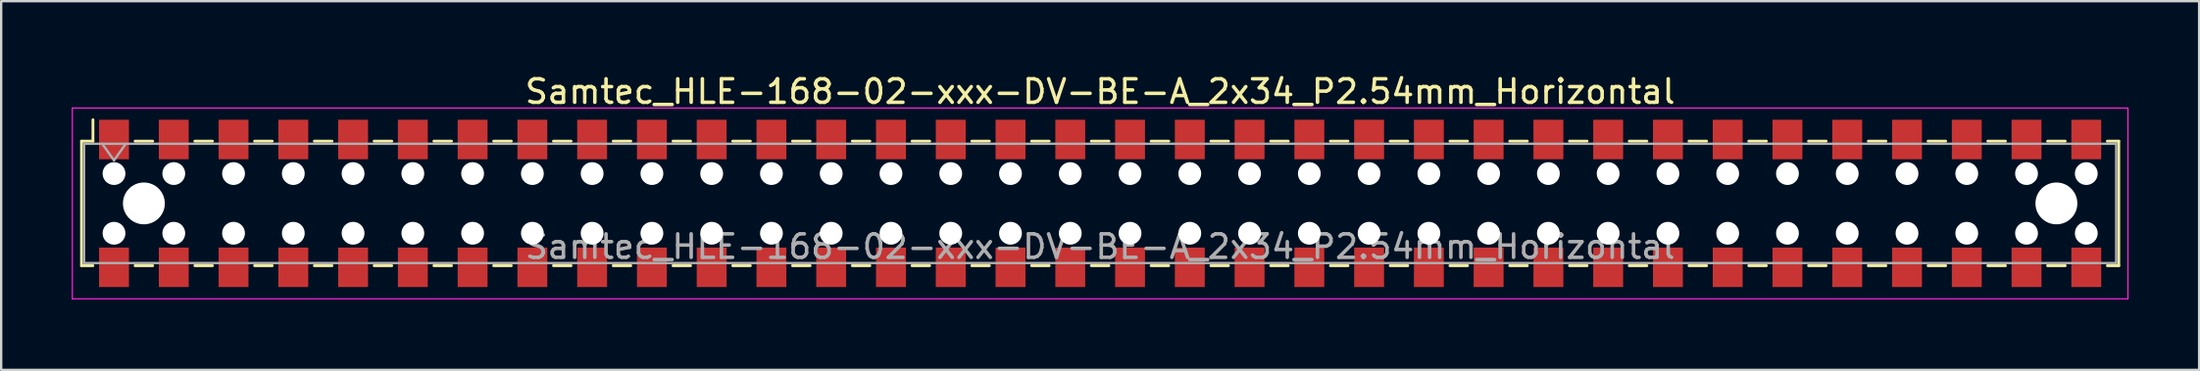
<source format=kicad_pcb>
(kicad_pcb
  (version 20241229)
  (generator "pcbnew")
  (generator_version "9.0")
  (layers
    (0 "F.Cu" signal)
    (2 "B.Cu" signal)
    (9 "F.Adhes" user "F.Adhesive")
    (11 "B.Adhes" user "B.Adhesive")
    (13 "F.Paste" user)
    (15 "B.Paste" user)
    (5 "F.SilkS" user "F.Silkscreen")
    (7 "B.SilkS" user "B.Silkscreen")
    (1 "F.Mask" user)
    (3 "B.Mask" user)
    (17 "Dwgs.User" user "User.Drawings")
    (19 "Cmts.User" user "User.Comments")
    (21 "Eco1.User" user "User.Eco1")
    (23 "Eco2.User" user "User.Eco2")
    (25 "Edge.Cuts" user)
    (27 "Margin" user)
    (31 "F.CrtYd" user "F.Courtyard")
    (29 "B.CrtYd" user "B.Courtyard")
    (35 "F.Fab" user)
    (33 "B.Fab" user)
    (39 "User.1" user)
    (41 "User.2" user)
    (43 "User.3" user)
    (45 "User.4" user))
  (footprint "Samtec_HLE-168-02-xxx-DV-BE-A_2x34_P2.54mm_Horizontal"
    (layer "F.Cu")
    (at 43.705 5.608)
    (property "Reference" "Samtec_HLE-168-02-xxx-DV-BE-A_2x34_P2.54mm_Horizontal" (at 0 -4.76 0) (layer "F.SilkS") (effects (font (size 1 1) (thickness 0.15))))
    (attr smd)
    (fp_line (start -43.29 -2.65) (end -43.29 2.65) (stroke (width 0.12) (type solid)) (layer "F.SilkS"))
    (fp_line (start -43.29 2.65) (end -42.805 2.65) (stroke (width 0.12) (type solid)) (layer "F.SilkS"))
    (fp_line (start -42.805 -3.56) (end -42.805 -2.65) (stroke (width 0.12) (type solid)) (layer "F.SilkS"))
    (fp_line (start -42.805 -2.65) (end -43.29 -2.65) (stroke (width 0.12) (type solid)) (layer "F.SilkS"))
    (fp_line (start -41.015 -2.65) (end -40.265 -2.65) (stroke (width 0.12) (type solid)) (layer "F.SilkS"))
    (fp_line (start -41.015 2.65) (end -40.265 2.65) (stroke (width 0.12) (type solid)) (layer "F.SilkS"))
    (fp_line (start -38.475 -2.65) (end -37.725 -2.65) (stroke (width 0.12) (type solid)) (layer "F.SilkS"))
    (fp_line (start -38.475 2.65) (end -37.725 2.65) (stroke (width 0.12) (type solid)) (layer "F.SilkS"))
    (fp_line (start -35.935 -2.65) (end -35.185 -2.65) (stroke (width 0.12) (type solid)) (layer "F.SilkS"))
    (fp_line (start -35.935 2.65) (end -35.185 2.65) (stroke (width 0.12) (type solid)) (layer "F.SilkS"))
    (fp_line (start -33.395 -2.65) (end -32.645 -2.65) (stroke (width 0.12) (type solid)) (layer "F.SilkS"))
    (fp_line (start -33.395 2.65) (end -32.645 2.65) (stroke (width 0.12) (type solid)) (layer "F.SilkS"))
    (fp_line (start -30.855 -2.65) (end -30.105 -2.65) (stroke (width 0.12) (type solid)) (layer "F.SilkS"))
    (fp_line (start -30.855 2.65) (end -30.105 2.65) (stroke (width 0.12) (type solid)) (layer "F.SilkS"))
    (fp_line (start -28.315 -2.65) (end -27.565 -2.65) (stroke (width 0.12) (type solid)) (layer "F.SilkS"))
    (fp_line (start -28.315 2.65) (end -27.565 2.65) (stroke (width 0.12) (type solid)) (layer "F.SilkS"))
    (fp_line (start -25.775 -2.65) (end -25.025 -2.65) (stroke (width 0.12) (type solid)) (layer "F.SilkS"))
    (fp_line (start -25.775 2.65) (end -25.025 2.65) (stroke (width 0.12) (type solid)) (layer "F.SilkS"))
    (fp_line (start -23.235 -2.65) (end -22.485 -2.65) (stroke (width 0.12) (type solid)) (layer "F.SilkS"))
    (fp_line (start -23.235 2.65) (end -22.485 2.65) (stroke (width 0.12) (type solid)) (layer "F.SilkS"))
    (fp_line (start -20.695 -2.65) (end -19.945 -2.65) (stroke (width 0.12) (type solid)) (layer "F.SilkS"))
    (fp_line (start -20.695 2.65) (end -19.945 2.65) (stroke (width 0.12) (type solid)) (layer "F.SilkS"))
    (fp_line (start -18.155 -2.65) (end -17.405 -2.65) (stroke (width 0.12) (type solid)) (layer "F.SilkS"))
    (fp_line (start -18.155 2.65) (end -17.405 2.65) (stroke (width 0.12) (type solid)) (layer "F.SilkS"))
    (fp_line (start -15.615 -2.65) (end -14.865 -2.65) (stroke (width 0.12) (type solid)) (layer "F.SilkS"))
    (fp_line (start -15.615 2.65) (end -14.865 2.65) (stroke (width 0.12) (type solid)) (layer "F.SilkS"))
    (fp_line (start -13.075 -2.65) (end -12.325 -2.65) (stroke (width 0.12) (type solid)) (layer "F.SilkS"))
    (fp_line (start -13.075 2.65) (end -12.325 2.65) (stroke (width 0.12) (type solid)) (layer "F.SilkS"))
    (fp_line (start -10.535 -2.65) (end -9.785 -2.65) (stroke (width 0.12) (type solid)) (layer "F.SilkS"))
    (fp_line (start -10.535 2.65) (end -9.785 2.65) (stroke (width 0.12) (type solid)) (layer "F.SilkS"))
    (fp_line (start -7.995 -2.65) (end -7.245 -2.65) (stroke (width 0.12) (type solid)) (layer "F.SilkS"))
    (fp_line (start -7.995 2.65) (end -7.245 2.65) (stroke (width 0.12) (type solid)) (layer "F.SilkS"))
    (fp_line (start -5.455 -2.65) (end -4.705 -2.65) (stroke (width 0.12) (type solid)) (layer "F.SilkS"))
    (fp_line (start -5.455 2.65) (end -4.705 2.65) (stroke (width 0.12) (type solid)) (layer "F.SilkS"))
    (fp_line (start -2.915 -2.65) (end -2.165 -2.65) (stroke (width 0.12) (type solid)) (layer "F.SilkS"))
    (fp_line (start -2.915 2.65) (end -2.165 2.65) (stroke (width 0.12) (type solid)) (layer "F.SilkS"))
    (fp_line (start -0.375 -2.65) (end 0.375 -2.65) (stroke (width 0.12) (type solid)) (layer "F.SilkS"))
    (fp_line (start -0.375 2.65) (end 0.375 2.65) (stroke (width 0.12) (type solid)) (layer "F.SilkS"))
    (fp_line (start 2.165 -2.65) (end 2.915 -2.65) (stroke (width 0.12) (type solid)) (layer "F.SilkS"))
    (fp_line (start 2.165 2.65) (end 2.915 2.65) (stroke (width 0.12) (type solid)) (layer "F.SilkS"))
    (fp_line (start 4.705 -2.65) (end 5.455 -2.65) (stroke (width 0.12) (type solid)) (layer "F.SilkS"))
    (fp_line (start 4.705 2.65) (end 5.455 2.65) (stroke (width 0.12) (type solid)) (layer "F.SilkS"))
    (fp_line (start 7.245 -2.65) (end 7.995 -2.65) (stroke (width 0.12) (type solid)) (layer "F.SilkS"))
    (fp_line (start 7.245 2.65) (end 7.995 2.65) (stroke (width 0.12) (type solid)) (layer "F.SilkS"))
    (fp_line (start 9.785 -2.65) (end 10.535 -2.65) (stroke (width 0.12) (type solid)) (layer "F.SilkS"))
    (fp_line (start 9.785 2.65) (end 10.535 2.65) (stroke (width 0.12) (type solid)) (layer "F.SilkS"))
    (fp_line (start 12.325 -2.65) (end 13.075 -2.65) (stroke (width 0.12) (type solid)) (layer "F.SilkS"))
    (fp_line (start 12.325 2.65) (end 13.075 2.65) (stroke (width 0.12) (type solid)) (layer "F.SilkS"))
    (fp_line (start 14.865 -2.65) (end 15.615 -2.65) (stroke (width 0.12) (type solid)) (layer "F.SilkS"))
    (fp_line (start 14.865 2.65) (end 15.615 2.65) (stroke (width 0.12) (type solid)) (layer "F.SilkS"))
    (fp_line (start 17.405 -2.65) (end 18.155 -2.65) (stroke (width 0.12) (type solid)) (layer "F.SilkS"))
    (fp_line (start 17.405 2.65) (end 18.155 2.65) (stroke (width 0.12) (type solid)) (layer "F.SilkS"))
    (fp_line (start 19.945 -2.65) (end 20.695 -2.65) (stroke (width 0.12) (type solid)) (layer "F.SilkS"))
    (fp_line (start 19.945 2.65) (end 20.695 2.65) (stroke (width 0.12) (type solid)) (layer "F.SilkS"))
    (fp_line (start 22.485 -2.65) (end 23.235 -2.65) (stroke (width 0.12) (type solid)) (layer "F.SilkS"))
    (fp_line (start 22.485 2.65) (end 23.235 2.65) (stroke (width 0.12) (type solid)) (layer "F.SilkS"))
    (fp_line (start 25.025 -2.65) (end 25.775 -2.65) (stroke (width 0.12) (type solid)) (layer "F.SilkS"))
    (fp_line (start 25.025 2.65) (end 25.775 2.65) (stroke (width 0.12) (type solid)) (layer "F.SilkS"))
    (fp_line (start 27.565 -2.65) (end 28.315 -2.65) (stroke (width 0.12) (type solid)) (layer "F.SilkS"))
    (fp_line (start 27.565 2.65) (end 28.315 2.65) (stroke (width 0.12) (type solid)) (layer "F.SilkS"))
    (fp_line (start 30.105 -2.65) (end 30.855 -2.65) (stroke (width 0.12) (type solid)) (layer "F.SilkS"))
    (fp_line (start 30.105 2.65) (end 30.855 2.65) (stroke (width 0.12) (type solid)) (layer "F.SilkS"))
    (fp_line (start 32.645 -2.65) (end 33.395 -2.65) (stroke (width 0.12) (type solid)) (layer "F.SilkS"))
    (fp_line (start 32.645 2.65) (end 33.395 2.65) (stroke (width 0.12) (type solid)) (layer "F.SilkS"))
    (fp_line (start 35.185 -2.65) (end 35.935 -2.65) (stroke (width 0.12) (type solid)) (layer "F.SilkS"))
    (fp_line (start 35.185 2.65) (end 35.935 2.65) (stroke (width 0.12) (type solid)) (layer "F.SilkS"))
    (fp_line (start 37.725 -2.65) (end 38.475 -2.65) (stroke (width 0.12) (type solid)) (layer "F.SilkS"))
    (fp_line (start 37.725 2.65) (end 38.475 2.65) (stroke (width 0.12) (type solid)) (layer "F.SilkS"))
    (fp_line (start 40.265 -2.65) (end 41.015 -2.65) (stroke (width 0.12) (type solid)) (layer "F.SilkS"))
    (fp_line (start 40.265 2.65) (end 41.015 2.65) (stroke (width 0.12) (type solid)) (layer "F.SilkS"))
    (fp_line (start 42.805 -2.65) (end 43.29 -2.65) (stroke (width 0.12) (type solid)) (layer "F.SilkS"))
    (fp_line (start 43.29 -2.65) (end 43.29 2.65) (stroke (width 0.12) (type solid)) (layer "F.SilkS"))
    (fp_line (start 43.29 2.65) (end 42.805 2.65) (stroke (width 0.12) (type solid)) (layer "F.SilkS"))
    (fp_line (start -43.68 -4.06) (end 43.68 -4.06) (stroke (width 0.05) (type solid)) (layer "F.CrtYd"))
    (fp_line (start -43.68 4.06) (end -43.68 -4.06) (stroke (width 0.05) (type solid)) (layer "F.CrtYd"))
    (fp_line (start 43.68 -4.06) (end 43.68 4.06) (stroke (width 0.05) (type solid)) (layer "F.CrtYd"))
    (fp_line (start 43.68 4.06) (end -43.68 4.06) (stroke (width 0.05) (type solid)) (layer "F.CrtYd"))
    (fp_line (start -43.18 -2.54) (end 43.18 -2.54) (stroke (width 0.1) (type solid)) (layer "F.Fab"))
    (fp_line (start -43.18 2.54) (end -43.18 -2.54) (stroke (width 0.1) (type solid)) (layer "F.Fab"))
    (fp_line (start -42.41 -2.54) (end -41.91 -1.833) (stroke (width 0.1) (type solid)) (layer "F.Fab"))
    (fp_line (start -41.91 -1.833) (end -41.41 -2.54) (stroke (width 0.1) (type solid)) (layer "F.Fab"))
    (fp_line (start 43.18 -2.54) (end 43.18 2.54) (stroke (width 0.1) (type solid)) (layer "F.Fab"))
    (fp_line (start 43.18 2.54) (end -43.18 2.54) (stroke (width 0.1) (type solid)) (layer "F.Fab"))
    (fp_text user "${REFERENCE}" (at 0 1.84 0) (layer "F.Fab") (effects (font (size 1 1) (thickness 0.15))))
    (pad "" np_thru_hole circle (at -41.91 -1.27) (size 0.97 0.97) (drill 0.97) (layers "*.Cu" "*.Mask"))
    (pad "" np_thru_hole circle (at -41.91 1.27) (size 0.97 0.97) (drill 0.97) (layers "*.Cu" "*.Mask"))
    (pad "" np_thru_hole circle (at -40.64 0) (size 1.78 1.78) (drill 1.78) (layers "*.Cu" "*.Mask"))
    (pad "" np_thru_hole circle (at -39.37 -1.27) (size 0.97 0.97) (drill 0.97) (layers "*.Cu" "*.Mask"))
    (pad "" np_thru_hole circle (at -39.37 1.27) (size 0.97 0.97) (drill 0.97) (layers "*.Cu" "*.Mask"))
    (pad "" np_thru_hole circle (at -36.83 -1.27) (size 0.97 0.97) (drill 0.97) (layers "*.Cu" "*.Mask"))
    (pad "" np_thru_hole circle (at -36.83 1.27) (size 0.97 0.97) (drill 0.97) (layers "*.Cu" "*.Mask"))
    (pad "" np_thru_hole circle (at -34.29 -1.27) (size 0.97 0.97) (drill 0.97) (layers "*.Cu" "*.Mask"))
    (pad "" np_thru_hole circle (at -34.29 1.27) (size 0.97 0.97) (drill 0.97) (layers "*.Cu" "*.Mask"))
    (pad "" np_thru_hole circle (at -31.75 -1.27) (size 0.97 0.97) (drill 0.97) (layers "*.Cu" "*.Mask"))
    (pad "" np_thru_hole circle (at -31.75 1.27) (size 0.97 0.97) (drill 0.97) (layers "*.Cu" "*.Mask"))
    (pad "" np_thru_hole circle (at -29.21 -1.27) (size 0.97 0.97) (drill 0.97) (layers "*.Cu" "*.Mask"))
    (pad "" np_thru_hole circle (at -29.21 1.27) (size 0.97 0.97) (drill 0.97) (layers "*.Cu" "*.Mask"))
    (pad "" np_thru_hole circle (at -26.67 -1.27) (size 0.97 0.97) (drill 0.97) (layers "*.Cu" "*.Mask"))
    (pad "" np_thru_hole circle (at -26.67 1.27) (size 0.97 0.97) (drill 0.97) (layers "*.Cu" "*.Mask"))
    (pad "" np_thru_hole circle (at -24.13 -1.27) (size 0.97 0.97) (drill 0.97) (layers "*.Cu" "*.Mask"))
    (pad "" np_thru_hole circle (at -24.13 1.27) (size 0.97 0.97) (drill 0.97) (layers "*.Cu" "*.Mask"))
    (pad "" np_thru_hole circle (at -21.59 -1.27) (size 0.97 0.97) (drill 0.97) (layers "*.Cu" "*.Mask"))
    (pad "" np_thru_hole circle (at -21.59 1.27) (size 0.97 0.97) (drill 0.97) (layers "*.Cu" "*.Mask"))
    (pad "" np_thru_hole circle (at -19.05 -1.27) (size 0.97 0.97) (drill 0.97) (layers "*.Cu" "*.Mask"))
    (pad "" np_thru_hole circle (at -19.05 1.27) (size 0.97 0.97) (drill 0.97) (layers "*.Cu" "*.Mask"))
    (pad "" np_thru_hole circle (at -16.51 -1.27) (size 0.97 0.97) (drill 0.97) (layers "*.Cu" "*.Mask"))
    (pad "" np_thru_hole circle (at -16.51 1.27) (size 0.97 0.97) (drill 0.97) (layers "*.Cu" "*.Mask"))
    (pad "" np_thru_hole circle (at -13.97 -1.27) (size 0.97 0.97) (drill 0.97) (layers "*.Cu" "*.Mask"))
    (pad "" np_thru_hole circle (at -13.97 1.27) (size 0.97 0.97) (drill 0.97) (layers "*.Cu" "*.Mask"))
    (pad "" np_thru_hole circle (at -11.43 -1.27) (size 0.97 0.97) (drill 0.97) (layers "*.Cu" "*.Mask"))
    (pad "" np_thru_hole circle (at -11.43 1.27) (size 0.97 0.97) (drill 0.97) (layers "*.Cu" "*.Mask"))
    (pad "" np_thru_hole circle (at -8.89 -1.27) (size 0.97 0.97) (drill 0.97) (layers "*.Cu" "*.Mask"))
    (pad "" np_thru_hole circle (at -8.89 1.27) (size 0.97 0.97) (drill 0.97) (layers "*.Cu" "*.Mask"))
    (pad "" np_thru_hole circle (at -6.35 -1.27) (size 0.97 0.97) (drill 0.97) (layers "*.Cu" "*.Mask"))
    (pad "" np_thru_hole circle (at -6.35 1.27) (size 0.97 0.97) (drill 0.97) (layers "*.Cu" "*.Mask"))
    (pad "" np_thru_hole circle (at -3.81 -1.27) (size 0.97 0.97) (drill 0.97) (layers "*.Cu" "*.Mask"))
    (pad "" np_thru_hole circle (at -3.81 1.27) (size 0.97 0.97) (drill 0.97) (layers "*.Cu" "*.Mask"))
    (pad "" np_thru_hole circle (at -1.27 -1.27) (size 0.97 0.97) (drill 0.97) (layers "*.Cu" "*.Mask"))
    (pad "" np_thru_hole circle (at -1.27 1.27) (size 0.97 0.97) (drill 0.97) (layers "*.Cu" "*.Mask"))
    (pad "" np_thru_hole circle (at 1.27 -1.27) (size 0.97 0.97) (drill 0.97) (layers "*.Cu" "*.Mask"))
    (pad "" np_thru_hole circle (at 1.27 1.27) (size 0.97 0.97) (drill 0.97) (layers "*.Cu" "*.Mask"))
    (pad "" np_thru_hole circle (at 3.81 -1.27) (size 0.97 0.97) (drill 0.97) (layers "*.Cu" "*.Mask"))
    (pad "" np_thru_hole circle (at 3.81 1.27) (size 0.97 0.97) (drill 0.97) (layers "*.Cu" "*.Mask"))
    (pad "" np_thru_hole circle (at 6.35 -1.27) (size 0.97 0.97) (drill 0.97) (layers "*.Cu" "*.Mask"))
    (pad "" np_thru_hole circle (at 6.35 1.27) (size 0.97 0.97) (drill 0.97) (layers "*.Cu" "*.Mask"))
    (pad "" np_thru_hole circle (at 8.89 -1.27) (size 0.97 0.97) (drill 0.97) (layers "*.Cu" "*.Mask"))
    (pad "" np_thru_hole circle (at 8.89 1.27) (size 0.97 0.97) (drill 0.97) (layers "*.Cu" "*.Mask"))
    (pad "" np_thru_hole circle (at 11.43 -1.27) (size 0.97 0.97) (drill 0.97) (layers "*.Cu" "*.Mask"))
    (pad "" np_thru_hole circle (at 11.43 1.27) (size 0.97 0.97) (drill 0.97) (layers "*.Cu" "*.Mask"))
    (pad "" np_thru_hole circle (at 13.97 -1.27) (size 0.97 0.97) (drill 0.97) (layers "*.Cu" "*.Mask"))
    (pad "" np_thru_hole circle (at 13.97 1.27) (size 0.97 0.97) (drill 0.97) (layers "*.Cu" "*.Mask"))
    (pad "" np_thru_hole circle (at 16.51 -1.27) (size 0.97 0.97) (drill 0.97) (layers "*.Cu" "*.Mask"))
    (pad "" np_thru_hole circle (at 16.51 1.27) (size 0.97 0.97) (drill 0.97) (layers "*.Cu" "*.Mask"))
    (pad "" np_thru_hole circle (at 19.05 -1.27) (size 0.97 0.97) (drill 0.97) (layers "*.Cu" "*.Mask"))
    (pad "" np_thru_hole circle (at 19.05 1.27) (size 0.97 0.97) (drill 0.97) (layers "*.Cu" "*.Mask"))
    (pad "" np_thru_hole circle (at 21.59 -1.27) (size 0.97 0.97) (drill 0.97) (layers "*.Cu" "*.Mask"))
    (pad "" np_thru_hole circle (at 21.59 1.27) (size 0.97 0.97) (drill 0.97) (layers "*.Cu" "*.Mask"))
    (pad "" np_thru_hole circle (at 24.13 -1.27) (size 0.97 0.97) (drill 0.97) (layers "*.Cu" "*.Mask"))
    (pad "" np_thru_hole circle (at 24.13 1.27) (size 0.97 0.97) (drill 0.97) (layers "*.Cu" "*.Mask"))
    (pad "" np_thru_hole circle (at 26.67 -1.27) (size 0.97 0.97) (drill 0.97) (layers "*.Cu" "*.Mask"))
    (pad "" np_thru_hole circle (at 26.67 1.27) (size 0.97 0.97) (drill 0.97) (layers "*.Cu" "*.Mask"))
    (pad "" np_thru_hole circle (at 29.21 -1.27) (size 0.97 0.97) (drill 0.97) (layers "*.Cu" "*.Mask"))
    (pad "" np_thru_hole circle (at 29.21 1.27) (size 0.97 0.97) (drill 0.97) (layers "*.Cu" "*.Mask"))
    (pad "" np_thru_hole circle (at 31.75 -1.27) (size 0.97 0.97) (drill 0.97) (layers "*.Cu" "*.Mask"))
    (pad "" np_thru_hole circle (at 31.75 1.27) (size 0.97 0.97) (drill 0.97) (layers "*.Cu" "*.Mask"))
    (pad "" np_thru_hole circle (at 34.29 -1.27) (size 0.97 0.97) (drill 0.97) (layers "*.Cu" "*.Mask"))
    (pad "" np_thru_hole circle (at 34.29 1.27) (size 0.97 0.97) (drill 0.97) (layers "*.Cu" "*.Mask"))
    (pad "" np_thru_hole circle (at 36.83 -1.27) (size 0.97 0.97) (drill 0.97) (layers "*.Cu" "*.Mask"))
    (pad "" np_thru_hole circle (at 36.83 1.27) (size 0.97 0.97) (drill 0.97) (layers "*.Cu" "*.Mask"))
    (pad "" np_thru_hole circle (at 39.37 -1.27) (size 0.97 0.97) (drill 0.97) (layers "*.Cu" "*.Mask"))
    (pad "" np_thru_hole circle (at 39.37 1.27) (size 0.97 0.97) (drill 0.97) (layers "*.Cu" "*.Mask"))
    (pad "" np_thru_hole circle (at 40.64 0) (size 1.78 1.78) (drill 1.78) (layers "*.Cu" "*.Mask"))
    (pad "" np_thru_hole circle (at 41.91 -1.27) (size 0.97 0.97) (drill 0.97) (layers "*.Cu" "*.Mask"))
    (pad "" np_thru_hole circle (at 41.91 1.27) (size 0.97 0.97) (drill 0.97) (layers "*.Cu" "*.Mask"))
    (pad "1" smd rect (at -41.91 -2.72) (size 1.27 1.68) (layers "F.Cu" "F.Mask" "F.Paste"))
    (pad "2" smd rect (at -41.91 2.72) (size 1.27 1.68) (layers "F.Cu" "F.Mask" "F.Paste"))
    (pad "3" smd rect (at -39.37 -2.72) (size 1.27 1.68) (layers "F.Cu" "F.Mask" "F.Paste"))
    (pad "4" smd rect (at -39.37 2.72) (size 1.27 1.68) (layers "F.Cu" "F.Mask" "F.Paste"))
    (pad "5" smd rect (at -36.83 -2.72) (size 1.27 1.68) (layers "F.Cu" "F.Mask" "F.Paste"))
    (pad "6" smd rect (at -36.83 2.72) (size 1.27 1.68) (layers "F.Cu" "F.Mask" "F.Paste"))
    (pad "7" smd rect (at -34.29 -2.72) (size 1.27 1.68) (layers "F.Cu" "F.Mask" "F.Paste"))
    (pad "8" smd rect (at -34.29 2.72) (size 1.27 1.68) (layers "F.Cu" "F.Mask" "F.Paste"))
    (pad "9" smd rect (at -31.75 -2.72) (size 1.27 1.68) (layers "F.Cu" "F.Mask" "F.Paste"))
    (pad "10" smd rect (at -31.75 2.72) (size 1.27 1.68) (layers "F.Cu" "F.Mask" "F.Paste"))
    (pad "11" smd rect (at -29.21 -2.72) (size 1.27 1.68) (layers "F.Cu" "F.Mask" "F.Paste"))
    (pad "12" smd rect (at -29.21 2.72) (size 1.27 1.68) (layers "F.Cu" "F.Mask" "F.Paste"))
    (pad "13" smd rect (at -26.67 -2.72) (size 1.27 1.68) (layers "F.Cu" "F.Mask" "F.Paste"))
    (pad "14" smd rect (at -26.67 2.72) (size 1.27 1.68) (layers "F.Cu" "F.Mask" "F.Paste"))
    (pad "15" smd rect (at -24.13 -2.72) (size 1.27 1.68) (layers "F.Cu" "F.Mask" "F.Paste"))
    (pad "16" smd rect (at -24.13 2.72) (size 1.27 1.68) (layers "F.Cu" "F.Mask" "F.Paste"))
    (pad "17" smd rect (at -21.59 -2.72) (size 1.27 1.68) (layers "F.Cu" "F.Mask" "F.Paste"))
    (pad "18" smd rect (at -21.59 2.72) (size 1.27 1.68) (layers "F.Cu" "F.Mask" "F.Paste"))
    (pad "19" smd rect (at -19.05 -2.72) (size 1.27 1.68) (layers "F.Cu" "F.Mask" "F.Paste"))
    (pad "20" smd rect (at -19.05 2.72) (size 1.27 1.68) (layers "F.Cu" "F.Mask" "F.Paste"))
    (pad "21" smd rect (at -16.51 -2.72) (size 1.27 1.68) (layers "F.Cu" "F.Mask" "F.Paste"))
    (pad "22" smd rect (at -16.51 2.72) (size 1.27 1.68) (layers "F.Cu" "F.Mask" "F.Paste"))
    (pad "23" smd rect (at -13.97 -2.72) (size 1.27 1.68) (layers "F.Cu" "F.Mask" "F.Paste"))
    (pad "24" smd rect (at -13.97 2.72) (size 1.27 1.68) (layers "F.Cu" "F.Mask" "F.Paste"))
    (pad "25" smd rect (at -11.43 -2.72) (size 1.27 1.68) (layers "F.Cu" "F.Mask" "F.Paste"))
    (pad "26" smd rect (at -11.43 2.72) (size 1.27 1.68) (layers "F.Cu" "F.Mask" "F.Paste"))
    (pad "27" smd rect (at -8.89 -2.72) (size 1.27 1.68) (layers "F.Cu" "F.Mask" "F.Paste"))
    (pad "28" smd rect (at -8.89 2.72) (size 1.27 1.68) (layers "F.Cu" "F.Mask" "F.Paste"))
    (pad "29" smd rect (at -6.35 -2.72) (size 1.27 1.68) (layers "F.Cu" "F.Mask" "F.Paste"))
    (pad "30" smd rect (at -6.35 2.72) (size 1.27 1.68) (layers "F.Cu" "F.Mask" "F.Paste"))
    (pad "31" smd rect (at -3.81 -2.72) (size 1.27 1.68) (layers "F.Cu" "F.Mask" "F.Paste"))
    (pad "32" smd rect (at -3.81 2.72) (size 1.27 1.68) (layers "F.Cu" "F.Mask" "F.Paste"))
    (pad "33" smd rect (at -1.27 -2.72) (size 1.27 1.68) (layers "F.Cu" "F.Mask" "F.Paste"))
    (pad "34" smd rect (at -1.27 2.72) (size 1.27 1.68) (layers "F.Cu" "F.Mask" "F.Paste"))
    (pad "35" smd rect (at 1.27 -2.72) (size 1.27 1.68) (layers "F.Cu" "F.Mask" "F.Paste"))
    (pad "36" smd rect (at 1.27 2.72) (size 1.27 1.68) (layers "F.Cu" "F.Mask" "F.Paste"))
    (pad "37" smd rect (at 3.81 -2.72) (size 1.27 1.68) (layers "F.Cu" "F.Mask" "F.Paste"))
    (pad "38" smd rect (at 3.81 2.72) (size 1.27 1.68) (layers "F.Cu" "F.Mask" "F.Paste"))
    (pad "39" smd rect (at 6.35 -2.72) (size 1.27 1.68) (layers "F.Cu" "F.Mask" "F.Paste"))
    (pad "40" smd rect (at 6.35 2.72) (size 1.27 1.68) (layers "F.Cu" "F.Mask" "F.Paste"))
    (pad "41" smd rect (at 8.89 -2.72) (size 1.27 1.68) (layers "F.Cu" "F.Mask" "F.Paste"))
    (pad "42" smd rect (at 8.89 2.72) (size 1.27 1.68) (layers "F.Cu" "F.Mask" "F.Paste"))
    (pad "43" smd rect (at 11.43 -2.72) (size 1.27 1.68) (layers "F.Cu" "F.Mask" "F.Paste"))
    (pad "44" smd rect (at 11.43 2.72) (size 1.27 1.68) (layers "F.Cu" "F.Mask" "F.Paste"))
    (pad "45" smd rect (at 13.97 -2.72) (size 1.27 1.68) (layers "F.Cu" "F.Mask" "F.Paste"))
    (pad "46" smd rect (at 13.97 2.72) (size 1.27 1.68) (layers "F.Cu" "F.Mask" "F.Paste"))
    (pad "47" smd rect (at 16.51 -2.72) (size 1.27 1.68) (layers "F.Cu" "F.Mask" "F.Paste"))
    (pad "48" smd rect (at 16.51 2.72) (size 1.27 1.68) (layers "F.Cu" "F.Mask" "F.Paste"))
    (pad "49" smd rect (at 19.05 -2.72) (size 1.27 1.68) (layers "F.Cu" "F.Mask" "F.Paste"))
    (pad "50" smd rect (at 19.05 2.72) (size 1.27 1.68) (layers "F.Cu" "F.Mask" "F.Paste"))
    (pad "51" smd rect (at 21.59 -2.72) (size 1.27 1.68) (layers "F.Cu" "F.Mask" "F.Paste"))
    (pad "52" smd rect (at 21.59 2.72) (size 1.27 1.68) (layers "F.Cu" "F.Mask" "F.Paste"))
    (pad "53" smd rect (at 24.13 -2.72) (size 1.27 1.68) (layers "F.Cu" "F.Mask" "F.Paste"))
    (pad "54" smd rect (at 24.13 2.72) (size 1.27 1.68) (layers "F.Cu" "F.Mask" "F.Paste"))
    (pad "55" smd rect (at 26.67 -2.72) (size 1.27 1.68) (layers "F.Cu" "F.Mask" "F.Paste"))
    (pad "56" smd rect (at 26.67 2.72) (size 1.27 1.68) (layers "F.Cu" "F.Mask" "F.Paste"))
    (pad "57" smd rect (at 29.21 -2.72) (size 1.27 1.68) (layers "F.Cu" "F.Mask" "F.Paste"))
    (pad "58" smd rect (at 29.21 2.72) (size 1.27 1.68) (layers "F.Cu" "F.Mask" "F.Paste"))
    (pad "59" smd rect (at 31.75 -2.72) (size 1.27 1.68) (layers "F.Cu" "F.Mask" "F.Paste"))
    (pad "60" smd rect (at 31.75 2.72) (size 1.27 1.68) (layers "F.Cu" "F.Mask" "F.Paste"))
    (pad "61" smd rect (at 34.29 -2.72) (size 1.27 1.68) (layers "F.Cu" "F.Mask" "F.Paste"))
    (pad "62" smd rect (at 34.29 2.72) (size 1.27 1.68) (layers "F.Cu" "F.Mask" "F.Paste"))
    (pad "63" smd rect (at 36.83 -2.72) (size 1.27 1.68) (layers "F.Cu" "F.Mask" "F.Paste"))
    (pad "64" smd rect (at 36.83 2.72) (size 1.27 1.68) (layers "F.Cu" "F.Mask" "F.Paste"))
    (pad "65" smd rect (at 39.37 -2.72) (size 1.27 1.68) (layers "F.Cu" "F.Mask" "F.Paste"))
    (pad "66" smd rect (at 39.37 2.72) (size 1.27 1.68) (layers "F.Cu" "F.Mask" "F.Paste"))
    (pad "67" smd rect (at 41.91 -2.72) (size 1.27 1.68) (layers "F.Cu" "F.Mask" "F.Paste"))
    (pad "68" smd rect (at 41.91 2.72) (size 1.27 1.68) (layers "F.Cu" "F.Mask" "F.Paste")))
  (gr_rect
    (start -3 -3)
    (end 90.41 12.693)
    (stroke (width 0.1) (type default))
    (fill no)
    (layer "Edge.Cuts")))
</source>
